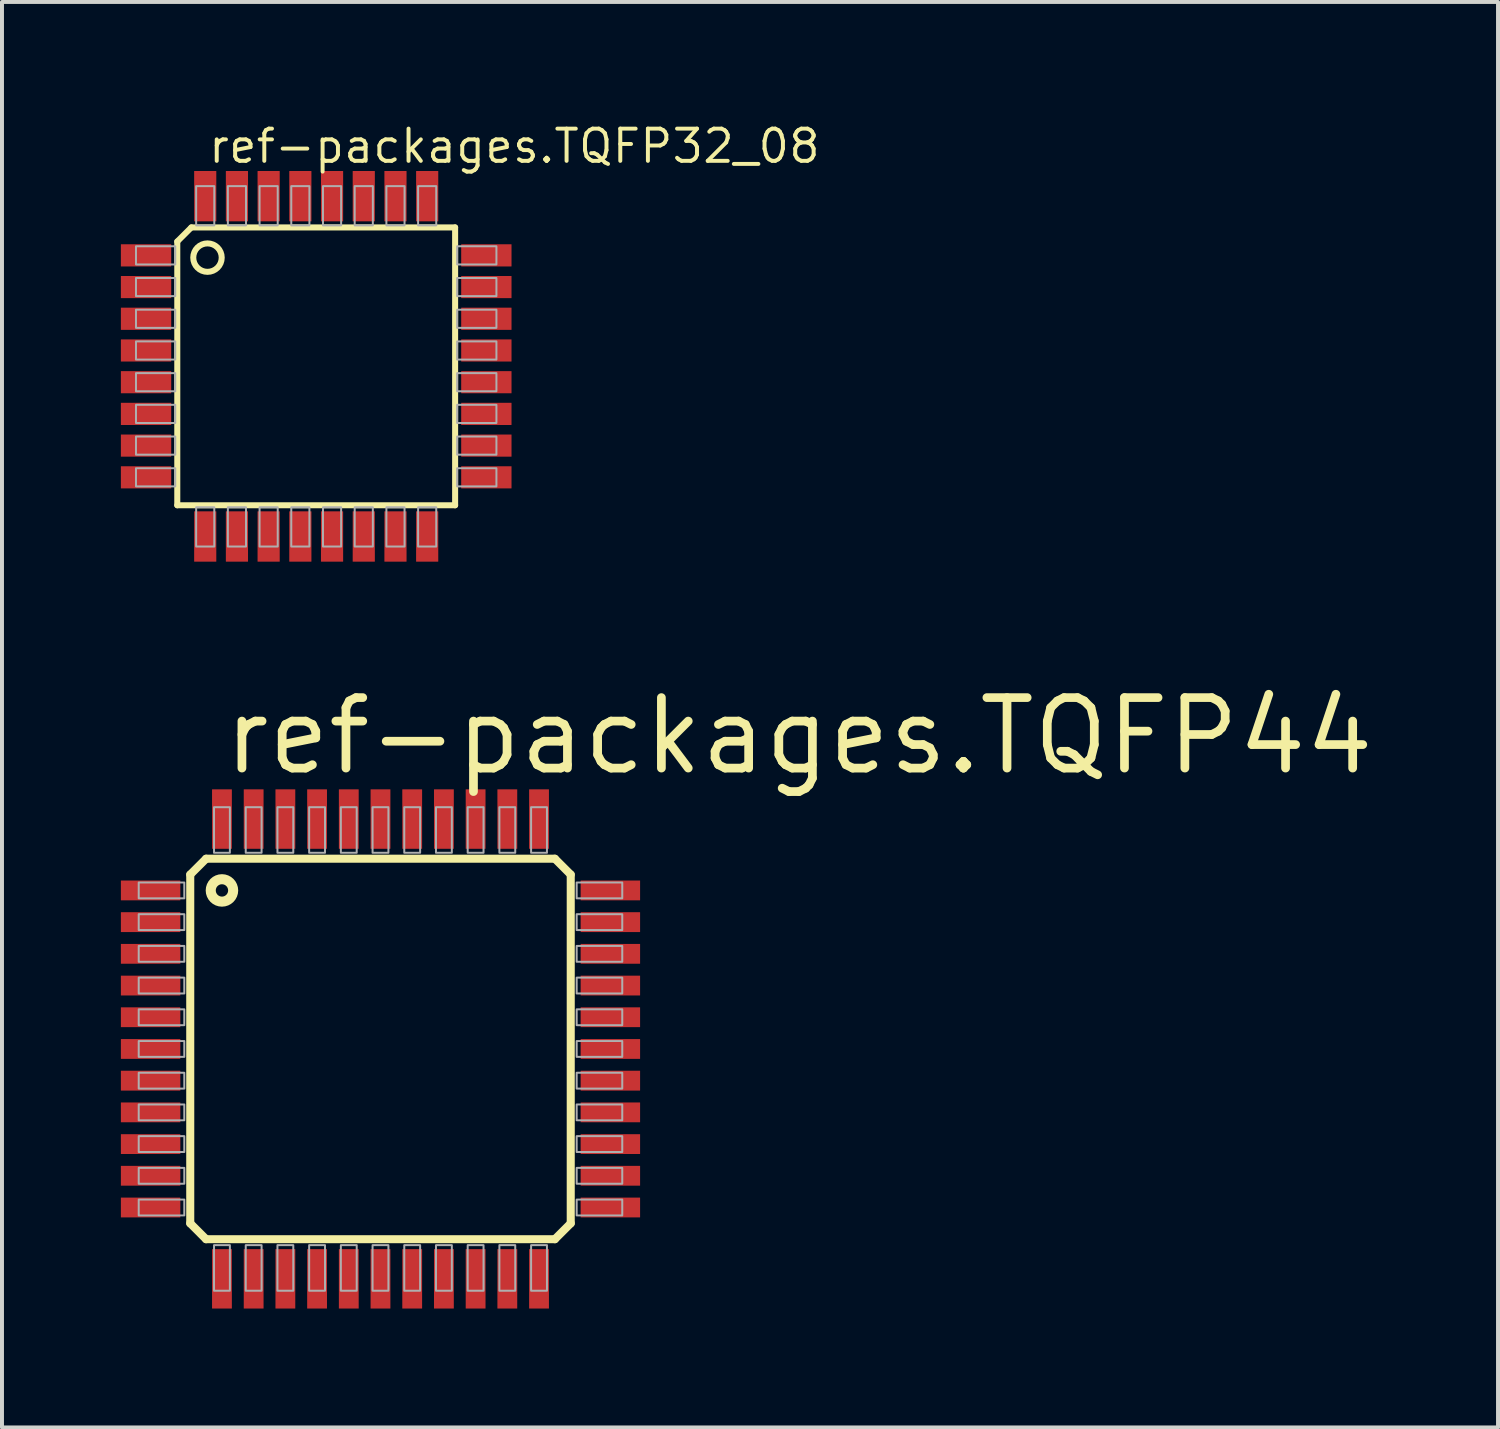
<source format=kicad_pcb>
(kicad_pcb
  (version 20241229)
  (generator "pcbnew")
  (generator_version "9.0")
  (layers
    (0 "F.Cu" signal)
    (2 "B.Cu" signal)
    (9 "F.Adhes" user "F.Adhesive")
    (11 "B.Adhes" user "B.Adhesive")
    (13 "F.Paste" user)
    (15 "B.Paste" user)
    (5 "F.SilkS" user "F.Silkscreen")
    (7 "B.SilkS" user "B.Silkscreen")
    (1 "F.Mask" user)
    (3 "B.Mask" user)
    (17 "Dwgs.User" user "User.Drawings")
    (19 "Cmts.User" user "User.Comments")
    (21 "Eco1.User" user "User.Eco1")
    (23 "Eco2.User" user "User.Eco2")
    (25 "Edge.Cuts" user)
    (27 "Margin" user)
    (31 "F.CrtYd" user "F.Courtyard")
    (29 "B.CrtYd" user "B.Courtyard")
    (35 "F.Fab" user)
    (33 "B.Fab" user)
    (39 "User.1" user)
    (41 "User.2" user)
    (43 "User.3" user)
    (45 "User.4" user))
  (footprint "ref-packages.TQFP32_08"
    (layer "F.Cu")
    (at 4.928 6.193)
    (property "Reference" "ref-packages.TQFP32_08" (at -2.769 -5.08 0) (layer "F.SilkS") (effects (font (size 0.813 0.813) (thickness 0.1)) (justify left bottom)))
    (attr smd)
    (fp_line (start -3.505 3.505) (end -3.505 -3.15) (stroke (width 0.152) (type default)) (layer "F.SilkS"))
    (fp_line (start -3.15 -3.505) (end -3.505 -3.15) (stroke (width 0.152) (type default)) (layer "F.SilkS"))
    (fp_line (start -3.15 -3.505) (end 3.505 -3.505) (stroke (width 0.152) (type default)) (layer "F.SilkS"))
    (fp_line (start 3.505 -3.505) (end 3.505 3.505) (stroke (width 0.152) (type default)) (layer "F.SilkS"))
    (fp_line (start 3.505 3.505) (end -3.505 3.505) (stroke (width 0.152) (type default)) (layer "F.SilkS"))
    (fp_circle (center -2.743 -2.743) (end -2.384 -2.743) (stroke (width 0.152) (type default)) (fill no) (layer "F.SilkS"))
    (fp_rect (start -4.547 -2.571) (end -3.556 -3.029) (stroke (width 0.05) (type default)) (fill no) (layer "F.Fab"))
    (fp_rect (start -4.547 -1.771) (end -3.556 -2.229) (stroke (width 0.05) (type default)) (fill no) (layer "F.Fab"))
    (fp_rect (start -4.547 -0.971) (end -3.556 -1.429) (stroke (width 0.05) (type default)) (fill no) (layer "F.Fab"))
    (fp_rect (start -4.547 -0.171) (end -3.556 -0.629) (stroke (width 0.05) (type default)) (fill no) (layer "F.Fab"))
    (fp_rect (start -4.547 0.629) (end -3.556 0.171) (stroke (width 0.05) (type default)) (fill no) (layer "F.Fab"))
    (fp_rect (start -4.547 1.429) (end -3.556 0.971) (stroke (width 0.05) (type default)) (fill no) (layer "F.Fab"))
    (fp_rect (start -4.547 2.229) (end -3.556 1.771) (stroke (width 0.05) (type default)) (fill no) (layer "F.Fab"))
    (fp_rect (start -4.547 3.029) (end -3.556 2.571) (stroke (width 0.05) (type default)) (fill no) (layer "F.Fab"))
    (fp_rect (start -3.029 -3.556) (end -2.571 -4.547) (stroke (width 0.05) (type default)) (fill no) (layer "F.Fab"))
    (fp_rect (start -3.029 4.547) (end -2.571 3.556) (stroke (width 0.05) (type default)) (fill no) (layer "F.Fab"))
    (fp_rect (start -2.229 -3.556) (end -1.771 -4.547) (stroke (width 0.05) (type default)) (fill no) (layer "F.Fab"))
    (fp_rect (start -2.229 4.547) (end -1.771 3.556) (stroke (width 0.05) (type default)) (fill no) (layer "F.Fab"))
    (fp_rect (start -1.429 -3.556) (end -0.971 -4.547) (stroke (width 0.05) (type default)) (fill no) (layer "F.Fab"))
    (fp_rect (start -1.429 4.547) (end -0.971 3.556) (stroke (width 0.05) (type default)) (fill no) (layer "F.Fab"))
    (fp_rect (start -0.629 -3.556) (end -0.171 -4.547) (stroke (width 0.05) (type default)) (fill no) (layer "F.Fab"))
    (fp_rect (start -0.629 4.547) (end -0.171 3.556) (stroke (width 0.05) (type default)) (fill no) (layer "F.Fab"))
    (fp_rect (start 0.171 -3.556) (end 0.629 -4.547) (stroke (width 0.05) (type default)) (fill no) (layer "F.Fab"))
    (fp_rect (start 0.171 4.547) (end 0.629 3.556) (stroke (width 0.05) (type default)) (fill no) (layer "F.Fab"))
    (fp_rect (start 0.971 -3.556) (end 1.429 -4.547) (stroke (width 0.05) (type default)) (fill no) (layer "F.Fab"))
    (fp_rect (start 0.971 4.547) (end 1.429 3.556) (stroke (width 0.05) (type default)) (fill no) (layer "F.Fab"))
    (fp_rect (start 1.771 -3.556) (end 2.229 -4.547) (stroke (width 0.05) (type default)) (fill no) (layer "F.Fab"))
    (fp_rect (start 1.771 4.547) (end 2.229 3.556) (stroke (width 0.05) (type default)) (fill no) (layer "F.Fab"))
    (fp_rect (start 2.571 -3.556) (end 3.029 -4.547) (stroke (width 0.05) (type default)) (fill no) (layer "F.Fab"))
    (fp_rect (start 2.571 4.547) (end 3.029 3.556) (stroke (width 0.05) (type default)) (fill no) (layer "F.Fab"))
    (fp_rect (start 3.556 -2.571) (end 4.547 -3.029) (stroke (width 0.05) (type default)) (fill no) (layer "F.Fab"))
    (fp_rect (start 3.556 -1.771) (end 4.547 -2.229) (stroke (width 0.05) (type default)) (fill no) (layer "F.Fab"))
    (fp_rect (start 3.556 -0.971) (end 4.547 -1.429) (stroke (width 0.05) (type default)) (fill no) (layer "F.Fab"))
    (fp_rect (start 3.556 -0.171) (end 4.547 -0.629) (stroke (width 0.05) (type default)) (fill no) (layer "F.Fab"))
    (fp_rect (start 3.556 0.629) (end 4.547 0.171) (stroke (width 0.05) (type default)) (fill no) (layer "F.Fab"))
    (fp_rect (start 3.556 1.429) (end 4.547 0.971) (stroke (width 0.05) (type default)) (fill no) (layer "F.Fab"))
    (fp_rect (start 3.556 2.229) (end 4.547 1.771) (stroke (width 0.05) (type default)) (fill no) (layer "F.Fab"))
    (fp_rect (start 3.556 3.029) (end 4.547 2.571) (stroke (width 0.05) (type default)) (fill no) (layer "F.Fab"))
    (pad "1" smd roundrect (at -4.293 -2.8) (size 1.27 0.559) (layers "F.Cu" "F.Mask" "F.Paste") (roundrect_rratio 0.01))
    (pad "2" smd roundrect (at -4.293 -2) (size 1.27 0.559) (layers "F.Cu" "F.Mask" "F.Paste") (roundrect_rratio 0.01))
    (pad "3" smd roundrect (at -4.293 -1.2) (size 1.27 0.559) (layers "F.Cu" "F.Mask" "F.Paste") (roundrect_rratio 0.01))
    (pad "4" smd roundrect (at -4.293 -0.4) (size 1.27 0.559) (layers "F.Cu" "F.Mask" "F.Paste") (roundrect_rratio 0.01))
    (pad "5" smd roundrect (at -4.293 0.4) (size 1.27 0.559) (layers "F.Cu" "F.Mask" "F.Paste") (roundrect_rratio 0.01))
    (pad "6" smd roundrect (at -4.293 1.2) (size 1.27 0.559) (layers "F.Cu" "F.Mask" "F.Paste") (roundrect_rratio 0.01))
    (pad "7" smd roundrect (at -4.293 2) (size 1.27 0.559) (layers "F.Cu" "F.Mask" "F.Paste") (roundrect_rratio 0.01))
    (pad "8" smd roundrect (at -4.293 2.8) (size 1.27 0.559) (layers "F.Cu" "F.Mask" "F.Paste") (roundrect_rratio 0.01))
    (pad "9" smd roundrect (at -2.8 4.293) (size 0.559 1.27) (layers "F.Cu" "F.Mask" "F.Paste") (roundrect_rratio 0.01))
    (pad "10" smd roundrect (at -2 4.293) (size 0.559 1.27) (layers "F.Cu" "F.Mask" "F.Paste") (roundrect_rratio 0.01))
    (pad "11" smd roundrect (at -1.2 4.293) (size 0.559 1.27) (layers "F.Cu" "F.Mask" "F.Paste") (roundrect_rratio 0.01))
    (pad "12" smd roundrect (at -0.4 4.293) (size 0.559 1.27) (layers "F.Cu" "F.Mask" "F.Paste") (roundrect_rratio 0.01))
    (pad "13" smd roundrect (at 0.4 4.293) (size 0.559 1.27) (layers "F.Cu" "F.Mask" "F.Paste") (roundrect_rratio 0.01))
    (pad "14" smd roundrect (at 1.2 4.293) (size 0.559 1.27) (layers "F.Cu" "F.Mask" "F.Paste") (roundrect_rratio 0.01))
    (pad "15" smd roundrect (at 2 4.293) (size 0.559 1.27) (layers "F.Cu" "F.Mask" "F.Paste") (roundrect_rratio 0.01))
    (pad "16" smd roundrect (at 2.8 4.293) (size 0.559 1.27) (layers "F.Cu" "F.Mask" "F.Paste") (roundrect_rratio 0.01))
    (pad "17" smd roundrect (at 4.293 2.8) (size 1.27 0.559) (layers "F.Cu" "F.Mask" "F.Paste") (roundrect_rratio 0.01))
    (pad "18" smd roundrect (at 4.293 2) (size 1.27 0.559) (layers "F.Cu" "F.Mask" "F.Paste") (roundrect_rratio 0.01))
    (pad "19" smd roundrect (at 4.293 1.2) (size 1.27 0.559) (layers "F.Cu" "F.Mask" "F.Paste") (roundrect_rratio 0.01))
    (pad "20" smd roundrect (at 4.293 0.4) (size 1.27 0.559) (layers "F.Cu" "F.Mask" "F.Paste") (roundrect_rratio 0.01))
    (pad "21" smd roundrect (at 4.293 -0.4) (size 1.27 0.559) (layers "F.Cu" "F.Mask" "F.Paste") (roundrect_rratio 0.01))
    (pad "22" smd roundrect (at 4.293 -1.2) (size 1.27 0.559) (layers "F.Cu" "F.Mask" "F.Paste") (roundrect_rratio 0.01))
    (pad "23" smd roundrect (at 4.293 -2) (size 1.27 0.559) (layers "F.Cu" "F.Mask" "F.Paste") (roundrect_rratio 0.01))
    (pad "24" smd roundrect (at 4.293 -2.8) (size 1.27 0.559) (layers "F.Cu" "F.Mask" "F.Paste") (roundrect_rratio 0.01))
    (pad "25" smd roundrect (at 2.8 -4.293) (size 0.559 1.27) (layers "F.Cu" "F.Mask" "F.Paste") (roundrect_rratio 0.01))
    (pad "26" smd roundrect (at 2 -4.293) (size 0.559 1.27) (layers "F.Cu" "F.Mask" "F.Paste") (roundrect_rratio 0.01))
    (pad "27" smd roundrect (at 1.2 -4.293) (size 0.559 1.27) (layers "F.Cu" "F.Mask" "F.Paste") (roundrect_rratio 0.01))
    (pad "28" smd roundrect (at 0.4 -4.293) (size 0.559 1.27) (layers "F.Cu" "F.Mask" "F.Paste") (roundrect_rratio 0.01))
    (pad "29" smd roundrect (at -0.4 -4.293) (size 0.559 1.27) (layers "F.Cu" "F.Mask" "F.Paste") (roundrect_rratio 0.01))
    (pad "30" smd roundrect (at -1.2 -4.293) (size 0.559 1.27) (layers "F.Cu" "F.Mask" "F.Paste") (roundrect_rratio 0.01))
    (pad "31" smd roundrect (at -2 -4.293) (size 0.559 1.27) (layers "F.Cu" "F.Mask" "F.Paste") (roundrect_rratio 0.01))
    (pad "32" smd roundrect (at -2.8 -4.293) (size 0.559 1.27) (layers "F.Cu" "F.Mask" "F.Paste") (roundrect_rratio 0.01)))
  (footprint "ref-packages.TQFP44"
    (layer "F.Cu")
    (at 6.55 23.416)
    (property "Reference" "ref-packages.TQFP44" (at -4.064 -6.858 0) (layer "F.SilkS") (effects (font (size 1.778 1.778) (thickness 0.22)) (justify left bottom)))
    (attr smd)
    (fp_line (start -4.8 -4.4) (end -4.4 -4.8) (stroke (width 0.203) (type default)) (layer "F.SilkS"))
    (fp_line (start -4.8 4.4) (end -4.8 -4.4) (stroke (width 0.203) (type default)) (layer "F.SilkS"))
    (fp_line (start -4.4 -4.8) (end 4.4 -4.8) (stroke (width 0.203) (type default)) (layer "F.SilkS"))
    (fp_line (start -4.4 4.8) (end -4.8 4.4) (stroke (width 0.203) (type default)) (layer "F.SilkS"))
    (fp_line (start 4.4 -4.8) (end 4.8 -4.4) (stroke (width 0.203) (type default)) (layer "F.SilkS"))
    (fp_line (start 4.4 4.8) (end -4.4 4.8) (stroke (width 0.203) (type default)) (layer "F.SilkS"))
    (fp_line (start 4.8 -4.4) (end 4.8 4.4) (stroke (width 0.203) (type default)) (layer "F.SilkS"))
    (fp_line (start 4.8 4.4) (end 4.4 4.8) (stroke (width 0.203) (type default)) (layer "F.SilkS"))
    (fp_circle (center -4 -4) (end -3.717 -4) (stroke (width 0.254) (type default)) (fill no) (layer "F.SilkS"))
    (fp_rect (start -6.1 -3.8) (end -4.95 -4.2) (stroke (width 0.05) (type default)) (fill no) (layer "F.Fab"))
    (fp_rect (start -6.1 -3) (end -4.95 -3.4) (stroke (width 0.05) (type default)) (fill no) (layer "F.Fab"))
    (fp_rect (start -6.1 -2.2) (end -4.95 -2.6) (stroke (width 0.05) (type default)) (fill no) (layer "F.Fab"))
    (fp_rect (start -6.1 -1.4) (end -4.95 -1.8) (stroke (width 0.05) (type default)) (fill no) (layer "F.Fab"))
    (fp_rect (start -6.1 -0.6) (end -4.95 -1) (stroke (width 0.05) (type default)) (fill no) (layer "F.Fab"))
    (fp_rect (start -6.1 0.2) (end -4.95 -0.2) (stroke (width 0.05) (type default)) (fill no) (layer "F.Fab"))
    (fp_rect (start -6.1 1) (end -4.95 0.6) (stroke (width 0.05) (type default)) (fill no) (layer "F.Fab"))
    (fp_rect (start -6.1 1.8) (end -4.95 1.4) (stroke (width 0.05) (type default)) (fill no) (layer "F.Fab"))
    (fp_rect (start -6.1 2.6) (end -4.95 2.2) (stroke (width 0.05) (type default)) (fill no) (layer "F.Fab"))
    (fp_rect (start -6.1 3.4) (end -4.95 3) (stroke (width 0.05) (type default)) (fill no) (layer "F.Fab"))
    (fp_rect (start -6.1 4.2) (end -4.95 3.8) (stroke (width 0.05) (type default)) (fill no) (layer "F.Fab"))
    (fp_rect (start -4.2 -4.95) (end -3.8 -6.1) (stroke (width 0.05) (type default)) (fill no) (layer "F.Fab"))
    (fp_rect (start -4.2 6.1) (end -3.8 4.95) (stroke (width 0.05) (type default)) (fill no) (layer "F.Fab"))
    (fp_rect (start -3.4 -4.95) (end -3 -6.1) (stroke (width 0.05) (type default)) (fill no) (layer "F.Fab"))
    (fp_rect (start -3.4 6.1) (end -3 4.95) (stroke (width 0.05) (type default)) (fill no) (layer "F.Fab"))
    (fp_rect (start -2.6 -4.95) (end -2.2 -6.1) (stroke (width 0.05) (type default)) (fill no) (layer "F.Fab"))
    (fp_rect (start -2.6 6.1) (end -2.2 4.95) (stroke (width 0.05) (type default)) (fill no) (layer "F.Fab"))
    (fp_rect (start -1.8 -4.95) (end -1.4 -6.1) (stroke (width 0.05) (type default)) (fill no) (layer "F.Fab"))
    (fp_rect (start -1.8 6.1) (end -1.4 4.95) (stroke (width 0.05) (type default)) (fill no) (layer "F.Fab"))
    (fp_rect (start -1 -4.95) (end -0.6 -6.1) (stroke (width 0.05) (type default)) (fill no) (layer "F.Fab"))
    (fp_rect (start -1 6.1) (end -0.6 4.95) (stroke (width 0.05) (type default)) (fill no) (layer "F.Fab"))
    (fp_rect (start -0.2 -4.95) (end 0.2 -6.1) (stroke (width 0.05) (type default)) (fill no) (layer "F.Fab"))
    (fp_rect (start -0.2 6.1) (end 0.2 4.95) (stroke (width 0.05) (type default)) (fill no) (layer "F.Fab"))
    (fp_rect (start 0.6 -4.95) (end 1 -6.1) (stroke (width 0.05) (type default)) (fill no) (layer "F.Fab"))
    (fp_rect (start 0.6 6.1) (end 1 4.95) (stroke (width 0.05) (type default)) (fill no) (layer "F.Fab"))
    (fp_rect (start 1.4 -4.95) (end 1.8 -6.1) (stroke (width 0.05) (type default)) (fill no) (layer "F.Fab"))
    (fp_rect (start 1.4 6.1) (end 1.8 4.95) (stroke (width 0.05) (type default)) (fill no) (layer "F.Fab"))
    (fp_rect (start 2.2 -4.95) (end 2.6 -6.1) (stroke (width 0.05) (type default)) (fill no) (layer "F.Fab"))
    (fp_rect (start 2.2 6.1) (end 2.6 4.95) (stroke (width 0.05) (type default)) (fill no) (layer "F.Fab"))
    (fp_rect (start 3 -4.95) (end 3.4 -6.1) (stroke (width 0.05) (type default)) (fill no) (layer "F.Fab"))
    (fp_rect (start 3 6.1) (end 3.4 4.95) (stroke (width 0.05) (type default)) (fill no) (layer "F.Fab"))
    (fp_rect (start 3.8 -4.95) (end 4.2 -6.1) (stroke (width 0.05) (type default)) (fill no) (layer "F.Fab"))
    (fp_rect (start 3.8 6.1) (end 4.2 4.95) (stroke (width 0.05) (type default)) (fill no) (layer "F.Fab"))
    (fp_rect (start 4.95 -3.8) (end 6.1 -4.2) (stroke (width 0.05) (type default)) (fill no) (layer "F.Fab"))
    (fp_rect (start 4.95 -3) (end 6.1 -3.4) (stroke (width 0.05) (type default)) (fill no) (layer "F.Fab"))
    (fp_rect (start 4.95 -2.2) (end 6.1 -2.6) (stroke (width 0.05) (type default)) (fill no) (layer "F.Fab"))
    (fp_rect (start 4.95 -1.4) (end 6.1 -1.8) (stroke (width 0.05) (type default)) (fill no) (layer "F.Fab"))
    (fp_rect (start 4.95 -0.6) (end 6.1 -1) (stroke (width 0.05) (type default)) (fill no) (layer "F.Fab"))
    (fp_rect (start 4.95 0.2) (end 6.1 -0.2) (stroke (width 0.05) (type default)) (fill no) (layer "F.Fab"))
    (fp_rect (start 4.95 1) (end 6.1 0.6) (stroke (width 0.05) (type default)) (fill no) (layer "F.Fab"))
    (fp_rect (start 4.95 1.8) (end 6.1 1.4) (stroke (width 0.05) (type default)) (fill no) (layer "F.Fab"))
    (fp_rect (start 4.95 2.6) (end 6.1 2.2) (stroke (width 0.05) (type default)) (fill no) (layer "F.Fab"))
    (fp_rect (start 4.95 3.4) (end 6.1 3) (stroke (width 0.05) (type default)) (fill no) (layer "F.Fab"))
    (fp_rect (start 4.95 4.2) (end 6.1 3.8) (stroke (width 0.05) (type default)) (fill no) (layer "F.Fab"))
    (pad "1" smd roundrect (at -5.8 -4) (size 1.5 0.5) (layers "F.Cu" "F.Mask" "F.Paste") (roundrect_rratio 0.01))
    (pad "2" smd roundrect (at -5.8 -3.2) (size 1.5 0.5) (layers "F.Cu" "F.Mask" "F.Paste") (roundrect_rratio 0.01))
    (pad "3" smd roundrect (at -5.8 -2.4) (size 1.5 0.5) (layers "F.Cu" "F.Mask" "F.Paste") (roundrect_rratio 0.01))
    (pad "4" smd roundrect (at -5.8 -1.6) (size 1.5 0.5) (layers "F.Cu" "F.Mask" "F.Paste") (roundrect_rratio 0.01))
    (pad "5" smd roundrect (at -5.8 -0.8) (size 1.5 0.5) (layers "F.Cu" "F.Mask" "F.Paste") (roundrect_rratio 0.01))
    (pad "6" smd roundrect (at -5.8 0) (size 1.5 0.5) (layers "F.Cu" "F.Mask" "F.Paste") (roundrect_rratio 0.01))
    (pad "7" smd roundrect (at -5.8 0.8) (size 1.5 0.5) (layers "F.Cu" "F.Mask" "F.Paste") (roundrect_rratio 0.01))
    (pad "8" smd roundrect (at -5.8 1.6) (size 1.5 0.5) (layers "F.Cu" "F.Mask" "F.Paste") (roundrect_rratio 0.01))
    (pad "9" smd roundrect (at -5.8 2.4) (size 1.5 0.5) (layers "F.Cu" "F.Mask" "F.Paste") (roundrect_rratio 0.01))
    (pad "10" smd roundrect (at -5.8 3.2) (size 1.5 0.5) (layers "F.Cu" "F.Mask" "F.Paste") (roundrect_rratio 0.01))
    (pad "11" smd roundrect (at -5.8 4) (size 1.5 0.5) (layers "F.Cu" "F.Mask" "F.Paste") (roundrect_rratio 0.01))
    (pad "12" smd roundrect (at -4 5.8) (size 0.5 1.5) (layers "F.Cu" "F.Mask" "F.Paste") (roundrect_rratio 0.01))
    (pad "13" smd roundrect (at -3.2 5.8) (size 0.5 1.5) (layers "F.Cu" "F.Mask" "F.Paste") (roundrect_rratio 0.01))
    (pad "14" smd roundrect (at -2.4 5.8) (size 0.5 1.5) (layers "F.Cu" "F.Mask" "F.Paste") (roundrect_rratio 0.01))
    (pad "15" smd roundrect (at -1.6 5.8) (size 0.5 1.5) (layers "F.Cu" "F.Mask" "F.Paste") (roundrect_rratio 0.01))
    (pad "16" smd roundrect (at -0.8 5.8) (size 0.5 1.5) (layers "F.Cu" "F.Mask" "F.Paste") (roundrect_rratio 0.01))
    (pad "17" smd roundrect (at 0 5.8) (size 0.5 1.5) (layers "F.Cu" "F.Mask" "F.Paste") (roundrect_rratio 0.01))
    (pad "18" smd roundrect (at 0.8 5.8) (size 0.5 1.5) (layers "F.Cu" "F.Mask" "F.Paste") (roundrect_rratio 0.01))
    (pad "19" smd roundrect (at 1.6 5.8) (size 0.5 1.5) (layers "F.Cu" "F.Mask" "F.Paste") (roundrect_rratio 0.01))
    (pad "20" smd roundrect (at 2.4 5.8) (size 0.5 1.5) (layers "F.Cu" "F.Mask" "F.Paste") (roundrect_rratio 0.01))
    (pad "21" smd roundrect (at 3.2 5.8) (size 0.5 1.5) (layers "F.Cu" "F.Mask" "F.Paste") (roundrect_rratio 0.01))
    (pad "22" smd roundrect (at 4 5.8) (size 0.5 1.5) (layers "F.Cu" "F.Mask" "F.Paste") (roundrect_rratio 0.01))
    (pad "23" smd roundrect (at 5.8 4) (size 1.5 0.5) (layers "F.Cu" "F.Mask" "F.Paste") (roundrect_rratio 0.01))
    (pad "24" smd roundrect (at 5.8 3.2) (size 1.5 0.5) (layers "F.Cu" "F.Mask" "F.Paste") (roundrect_rratio 0.01))
    (pad "25" smd roundrect (at 5.8 2.4) (size 1.5 0.5) (layers "F.Cu" "F.Mask" "F.Paste") (roundrect_rratio 0.01))
    (pad "26" smd roundrect (at 5.8 1.6) (size 1.5 0.5) (layers "F.Cu" "F.Mask" "F.Paste") (roundrect_rratio 0.01))
    (pad "27" smd roundrect (at 5.8 0.8) (size 1.5 0.5) (layers "F.Cu" "F.Mask" "F.Paste") (roundrect_rratio 0.01))
    (pad "28" smd roundrect (at 5.8 0) (size 1.5 0.5) (layers "F.Cu" "F.Mask" "F.Paste") (roundrect_rratio 0.01))
    (pad "29" smd roundrect (at 5.8 -0.8) (size 1.5 0.5) (layers "F.Cu" "F.Mask" "F.Paste") (roundrect_rratio 0.01))
    (pad "30" smd roundrect (at 5.8 -1.6) (size 1.5 0.5) (layers "F.Cu" "F.Mask" "F.Paste") (roundrect_rratio 0.01))
    (pad "31" smd roundrect (at 5.8 -2.4) (size 1.5 0.5) (layers "F.Cu" "F.Mask" "F.Paste") (roundrect_rratio 0.01))
    (pad "32" smd roundrect (at 5.8 -3.2) (size 1.5 0.5) (layers "F.Cu" "F.Mask" "F.Paste") (roundrect_rratio 0.01))
    (pad "33" smd roundrect (at 5.8 -4) (size 1.5 0.5) (layers "F.Cu" "F.Mask" "F.Paste") (roundrect_rratio 0.01))
    (pad "34" smd roundrect (at 4 -5.8) (size 0.5 1.5) (layers "F.Cu" "F.Mask" "F.Paste") (roundrect_rratio 0.01))
    (pad "35" smd roundrect (at 3.2 -5.8) (size 0.5 1.5) (layers "F.Cu" "F.Mask" "F.Paste") (roundrect_rratio 0.01))
    (pad "36" smd roundrect (at 2.4 -5.8) (size 0.5 1.5) (layers "F.Cu" "F.Mask" "F.Paste") (roundrect_rratio 0.01))
    (pad "37" smd roundrect (at 1.6 -5.8) (size 0.5 1.5) (layers "F.Cu" "F.Mask" "F.Paste") (roundrect_rratio 0.01))
    (pad "38" smd roundrect (at 0.8 -5.8) (size 0.5 1.5) (layers "F.Cu" "F.Mask" "F.Paste") (roundrect_rratio 0.01))
    (pad "39" smd roundrect (at 0 -5.8) (size 0.5 1.5) (layers "F.Cu" "F.Mask" "F.Paste") (roundrect_rratio 0.01))
    (pad "40" smd roundrect (at -0.8 -5.8) (size 0.5 1.5) (layers "F.Cu" "F.Mask" "F.Paste") (roundrect_rratio 0.01))
    (pad "41" smd roundrect (at -1.6 -5.8) (size 0.5 1.5) (layers "F.Cu" "F.Mask" "F.Paste") (roundrect_rratio 0.01))
    (pad "42" smd roundrect (at -2.4 -5.8) (size 0.5 1.5) (layers "F.Cu" "F.Mask" "F.Paste") (roundrect_rratio 0.01))
    (pad "43" smd roundrect (at -3.2 -5.8) (size 0.5 1.5) (layers "F.Cu" "F.Mask" "F.Paste") (roundrect_rratio 0.01))
    (pad "44" smd roundrect (at -4 -5.8) (size 0.5 1.5) (layers "F.Cu" "F.Mask" "F.Paste") (roundrect_rratio 0.01)))
  (gr_rect
    (start -3 -3)
    (end 34.746 32.966)
    (stroke (width 0.1) (type default))
    (fill no)
    (layer "Edge.Cuts")))
</source>
